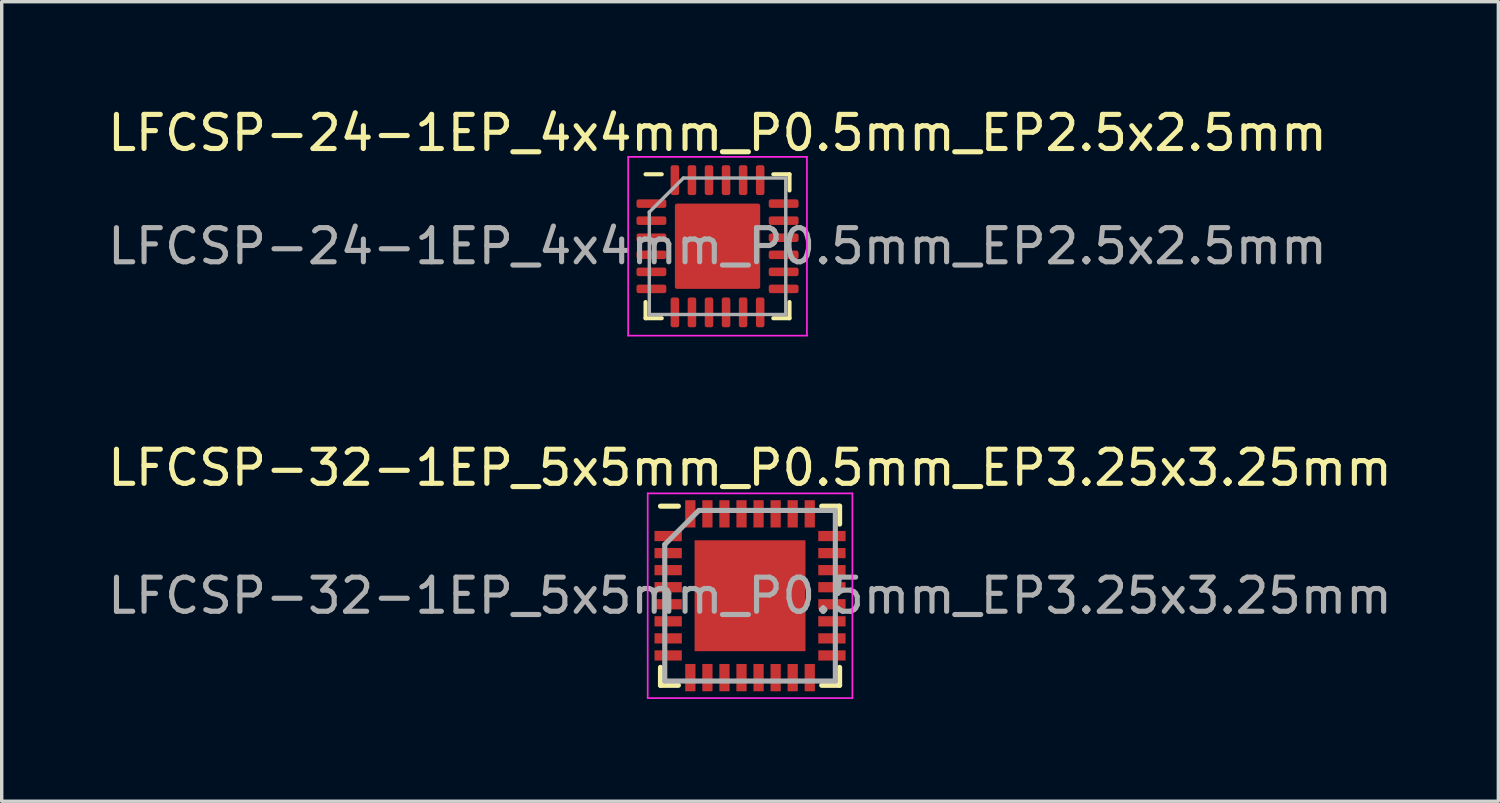
<source format=kicad_pcb>
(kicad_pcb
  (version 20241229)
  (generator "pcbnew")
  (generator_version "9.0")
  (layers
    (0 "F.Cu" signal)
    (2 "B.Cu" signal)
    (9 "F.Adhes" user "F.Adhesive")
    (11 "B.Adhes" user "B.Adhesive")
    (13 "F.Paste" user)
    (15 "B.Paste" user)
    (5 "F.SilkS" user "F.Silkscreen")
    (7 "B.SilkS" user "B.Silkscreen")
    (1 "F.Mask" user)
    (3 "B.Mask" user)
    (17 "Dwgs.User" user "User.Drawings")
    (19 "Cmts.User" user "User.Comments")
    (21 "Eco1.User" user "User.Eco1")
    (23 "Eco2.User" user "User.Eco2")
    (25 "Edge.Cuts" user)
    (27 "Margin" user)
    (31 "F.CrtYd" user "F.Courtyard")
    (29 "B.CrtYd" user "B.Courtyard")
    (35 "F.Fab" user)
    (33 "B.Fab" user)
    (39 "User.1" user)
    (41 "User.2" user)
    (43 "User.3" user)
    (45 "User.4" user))
  (footprint "LFCSP-32-1EP_5x5mm_P0.5mm_EP3.25x3.25mm"
    (layer "F.Cu")
    (at 18.935 14.412)
    (property "Reference" "LFCSP-32-1EP_5x5mm_P0.5mm_EP3.25x3.25mm" (at 0 -3.75 0) (layer "F.SilkS") (effects (font (size 1 1) (thickness 0.15))))
    (attr smd)
    (fp_line (start -2.625 -2.625) (end -2.1 -2.625) (stroke (width 0.15) (type solid)) (layer "F.SilkS"))
    (fp_line (start -2.625 2.625) (end -2.625 2.1) (stroke (width 0.15) (type solid)) (layer "F.SilkS"))
    (fp_line (start -2.625 2.625) (end -2.1 2.625) (stroke (width 0.15) (type solid)) (layer "F.SilkS"))
    (fp_line (start 2.625 -2.625) (end 2.1 -2.625) (stroke (width 0.15) (type solid)) (layer "F.SilkS"))
    (fp_line (start 2.625 -2.625) (end 2.625 -2.1) (stroke (width 0.15) (type solid)) (layer "F.SilkS"))
    (fp_line (start 2.625 2.625) (end 2.1 2.625) (stroke (width 0.15) (type solid)) (layer "F.SilkS"))
    (fp_line (start 2.625 2.625) (end 2.625 2.1) (stroke (width 0.15) (type solid)) (layer "F.SilkS"))
    (fp_line (start -3 -3) (end -3 3) (stroke (width 0.05) (type solid)) (layer "F.CrtYd"))
    (fp_line (start -3 -3) (end 3 -3) (stroke (width 0.05) (type solid)) (layer "F.CrtYd"))
    (fp_line (start -3 3) (end 3 3) (stroke (width 0.05) (type solid)) (layer "F.CrtYd"))
    (fp_line (start 3 -3) (end 3 3) (stroke (width 0.05) (type solid)) (layer "F.CrtYd"))
    (fp_line (start -2.5 -1.5) (end -1.5 -2.5) (stroke (width 0.15) (type solid)) (layer "F.Fab"))
    (fp_line (start -2.5 2.5) (end -2.5 -1.5) (stroke (width 0.15) (type solid)) (layer "F.Fab"))
    (fp_line (start -1.5 -2.5) (end 2.5 -2.5) (stroke (width 0.15) (type solid)) (layer "F.Fab"))
    (fp_line (start 2.5 -2.5) (end 2.5 2.5) (stroke (width 0.15) (type solid)) (layer "F.Fab"))
    (fp_line (start 2.5 2.5) (end -2.5 2.5) (stroke (width 0.15) (type solid)) (layer "F.Fab"))
    (fp_text user "${REFERENCE}" (at 0 0 0) (layer "F.Fab") (effects (font (size 1 1) (thickness 0.15))))
    (pad "" smd rect (at -0.8 -0.8) (size 1.3 1.3) (layers "F.Paste"))
    (pad "" smd rect (at -0.8 0.8) (size 1.3 1.3) (layers "F.Paste"))
    (pad "" smd rect (at 0.8 -0.8) (size 1.3 1.3) (layers "F.Paste"))
    (pad "" smd rect (at 0.8 0.8) (size 1.3 1.3) (layers "F.Paste"))
    (pad "1" smd rect (at -2.4 -1.75) (size 0.8 0.3) (layers "F.Cu" "F.Mask" "F.Paste"))
    (pad "2" smd rect (at -2.4 -1.25) (size 0.8 0.3) (layers "F.Cu" "F.Mask" "F.Paste"))
    (pad "3" smd rect (at -2.4 -0.75) (size 0.8 0.3) (layers "F.Cu" "F.Mask" "F.Paste"))
    (pad "4" smd rect (at -2.4 -0.25) (size 0.8 0.3) (layers "F.Cu" "F.Mask" "F.Paste"))
    (pad "5" smd rect (at -2.4 0.25) (size 0.8 0.3) (layers "F.Cu" "F.Mask" "F.Paste"))
    (pad "6" smd rect (at -2.4 0.75) (size 0.8 0.3) (layers "F.Cu" "F.Mask" "F.Paste"))
    (pad "7" smd rect (at -2.4 1.25) (size 0.8 0.3) (layers "F.Cu" "F.Mask" "F.Paste"))
    (pad "8" smd rect (at -2.4 1.75) (size 0.8 0.3) (layers "F.Cu" "F.Mask" "F.Paste"))
    (pad "9" smd rect (at -1.75 2.4 90) (size 0.8 0.3) (layers "F.Cu" "F.Mask" "F.Paste"))
    (pad "10" smd rect (at -1.25 2.4 90) (size 0.8 0.3) (layers "F.Cu" "F.Mask" "F.Paste"))
    (pad "11" smd rect (at -0.75 2.4 90) (size 0.8 0.3) (layers "F.Cu" "F.Mask" "F.Paste"))
    (pad "12" smd rect (at -0.25 2.4 90) (size 0.8 0.3) (layers "F.Cu" "F.Mask" "F.Paste"))
    (pad "13" smd rect (at 0.25 2.4 90) (size 0.8 0.3) (layers "F.Cu" "F.Mask" "F.Paste"))
    (pad "14" smd rect (at 0.75 2.4 90) (size 0.8 0.3) (layers "F.Cu" "F.Mask" "F.Paste"))
    (pad "15" smd rect (at 1.25 2.4 90) (size 0.8 0.3) (layers "F.Cu" "F.Mask" "F.Paste"))
    (pad "16" smd rect (at 1.75 2.4 90) (size 0.8 0.3) (layers "F.Cu" "F.Mask" "F.Paste"))
    (pad "17" smd rect (at 2.4 1.75) (size 0.8 0.3) (layers "F.Cu" "F.Mask" "F.Paste"))
    (pad "18" smd rect (at 2.4 1.25) (size 0.8 0.3) (layers "F.Cu" "F.Mask" "F.Paste"))
    (pad "19" smd rect (at 2.4 0.75) (size 0.8 0.3) (layers "F.Cu" "F.Mask" "F.Paste"))
    (pad "20" smd rect (at 2.4 0.25) (size 0.8 0.3) (layers "F.Cu" "F.Mask" "F.Paste"))
    (pad "21" smd rect (at 2.4 -0.25) (size 0.8 0.3) (layers "F.Cu" "F.Mask" "F.Paste"))
    (pad "22" smd rect (at 2.4 -0.75) (size 0.8 0.3) (layers "F.Cu" "F.Mask" "F.Paste"))
    (pad "23" smd rect (at 2.4 -1.25) (size 0.8 0.3) (layers "F.Cu" "F.Mask" "F.Paste"))
    (pad "24" smd rect (at 2.4 -1.75) (size 0.8 0.3) (layers "F.Cu" "F.Mask" "F.Paste"))
    (pad "25" smd rect (at 1.75 -2.4 90) (size 0.8 0.3) (layers "F.Cu" "F.Mask" "F.Paste"))
    (pad "26" smd rect (at 1.25 -2.4 90) (size 0.8 0.3) (layers "F.Cu" "F.Mask" "F.Paste"))
    (pad "27" smd rect (at 0.75 -2.4 90) (size 0.8 0.3) (layers "F.Cu" "F.Mask" "F.Paste"))
    (pad "28" smd rect (at 0.25 -2.4 90) (size 0.8 0.3) (layers "F.Cu" "F.Mask" "F.Paste"))
    (pad "29" smd rect (at -0.25 -2.4 90) (size 0.8 0.3) (layers "F.Cu" "F.Mask" "F.Paste"))
    (pad "30" smd rect (at -0.75 -2.4 90) (size 0.8 0.3) (layers "F.Cu" "F.Mask" "F.Paste"))
    (pad "31" smd rect (at -1.25 -2.4 90) (size 0.8 0.3) (layers "F.Cu" "F.Mask" "F.Paste"))
    (pad "32" smd rect (at -1.75 -2.4 90) (size 0.8 0.3) (layers "F.Cu" "F.Mask" "F.Paste"))
    (pad "33" smd rect (at 0 0) (size 3.25 3.25) (layers "F.Cu" "F.Mask")))
  (footprint "LFCSP-24-1EP_4x4mm_P0.5mm_EP2.5x2.5mm"
    (layer "F.Cu")
    (at 17.982 4.168)
    (property "Reference" "LFCSP-24-1EP_4x4mm_P0.5mm_EP2.5x2.5mm" (at 0 -3.32 0) (layer "F.SilkS") (effects (font (size 1 1) (thickness 0.15))))
    (attr smd)
    (fp_line (start -2.11 2.11) (end -2.11 1.635) (stroke (width 0.12) (type solid)) (layer "F.SilkS"))
    (fp_line (start -1.635 -2.11) (end -2.11 -2.11) (stroke (width 0.12) (type solid)) (layer "F.SilkS"))
    (fp_line (start -1.635 2.11) (end -2.11 2.11) (stroke (width 0.12) (type solid)) (layer "F.SilkS"))
    (fp_line (start 1.635 -2.11) (end 2.11 -2.11) (stroke (width 0.12) (type solid)) (layer "F.SilkS"))
    (fp_line (start 1.635 2.11) (end 2.11 2.11) (stroke (width 0.12) (type solid)) (layer "F.SilkS"))
    (fp_line (start 2.11 -2.11) (end 2.11 -1.635) (stroke (width 0.12) (type solid)) (layer "F.SilkS"))
    (fp_line (start 2.11 2.11) (end 2.11 1.635) (stroke (width 0.12) (type solid)) (layer "F.SilkS"))
    (fp_line (start -2.62 -2.62) (end -2.62 2.62) (stroke (width 0.05) (type solid)) (layer "F.CrtYd"))
    (fp_line (start -2.62 2.62) (end 2.62 2.62) (stroke (width 0.05) (type solid)) (layer "F.CrtYd"))
    (fp_line (start 2.62 -2.62) (end -2.62 -2.62) (stroke (width 0.05) (type solid)) (layer "F.CrtYd"))
    (fp_line (start 2.62 2.62) (end 2.62 -2.62) (stroke (width 0.05) (type solid)) (layer "F.CrtYd"))
    (fp_line (start -2 -1) (end -1 -2) (stroke (width 0.1) (type solid)) (layer "F.Fab"))
    (fp_line (start -2 2) (end -2 -1) (stroke (width 0.1) (type solid)) (layer "F.Fab"))
    (fp_line (start -1 -2) (end 2 -2) (stroke (width 0.1) (type solid)) (layer "F.Fab"))
    (fp_line (start 2 -2) (end 2 2) (stroke (width 0.1) (type solid)) (layer "F.Fab"))
    (fp_line (start 2 2) (end -2 2) (stroke (width 0.1) (type solid)) (layer "F.Fab"))
    (fp_text user "${REFERENCE}" (at 0 0 0) (layer "F.Fab") (effects (font (size 1 1) (thickness 0.15))))
    (pad "" smd roundrect (at -0.625 -0.625) (size 1.01 1.01) (layers "F.Paste") (roundrect_rratio 0.248))
    (pad "" smd roundrect (at -0.625 0.625) (size 1.01 1.01) (layers "F.Paste") (roundrect_rratio 0.248))
    (pad "" smd roundrect (at 0.625 -0.625) (size 1.01 1.01) (layers "F.Paste") (roundrect_rratio 0.248))
    (pad "" smd roundrect (at 0.625 0.625) (size 1.01 1.01) (layers "F.Paste") (roundrect_rratio 0.248))
    (pad "1" smd roundrect (at -1.938 -1.25) (size 0.875 0.25) (layers "F.Cu" "F.Mask" "F.Paste") (roundrect_rratio 0.25))
    (pad "2" smd roundrect (at -1.938 -0.75) (size 0.875 0.25) (layers "F.Cu" "F.Mask" "F.Paste") (roundrect_rratio 0.25))
    (pad "3" smd roundrect (at -1.938 -0.25) (size 0.875 0.25) (layers "F.Cu" "F.Mask" "F.Paste") (roundrect_rratio 0.25))
    (pad "4" smd roundrect (at -1.938 0.25) (size 0.875 0.25) (layers "F.Cu" "F.Mask" "F.Paste") (roundrect_rratio 0.25))
    (pad "5" smd roundrect (at -1.938 0.75) (size 0.875 0.25) (layers "F.Cu" "F.Mask" "F.Paste") (roundrect_rratio 0.25))
    (pad "6" smd roundrect (at -1.938 1.25) (size 0.875 0.25) (layers "F.Cu" "F.Mask" "F.Paste") (roundrect_rratio 0.25))
    (pad "7" smd roundrect (at -1.25 1.938) (size 0.25 0.875) (layers "F.Cu" "F.Mask" "F.Paste") (roundrect_rratio 0.25))
    (pad "8" smd roundrect (at -0.75 1.938) (size 0.25 0.875) (layers "F.Cu" "F.Mask" "F.Paste") (roundrect_rratio 0.25))
    (pad "9" smd roundrect (at -0.25 1.938) (size 0.25 0.875) (layers "F.Cu" "F.Mask" "F.Paste") (roundrect_rratio 0.25))
    (pad "10" smd roundrect (at 0.25 1.938) (size 0.25 0.875) (layers "F.Cu" "F.Mask" "F.Paste") (roundrect_rratio 0.25))
    (pad "11" smd roundrect (at 0.75 1.938) (size 0.25 0.875) (layers "F.Cu" "F.Mask" "F.Paste") (roundrect_rratio 0.25))
    (pad "12" smd roundrect (at 1.25 1.938) (size 0.25 0.875) (layers "F.Cu" "F.Mask" "F.Paste") (roundrect_rratio 0.25))
    (pad "13" smd roundrect (at 1.938 1.25) (size 0.875 0.25) (layers "F.Cu" "F.Mask" "F.Paste") (roundrect_rratio 0.25))
    (pad "14" smd roundrect (at 1.938 0.75) (size 0.875 0.25) (layers "F.Cu" "F.Mask" "F.Paste") (roundrect_rratio 0.25))
    (pad "15" smd roundrect (at 1.938 0.25) (size 0.875 0.25) (layers "F.Cu" "F.Mask" "F.Paste") (roundrect_rratio 0.25))
    (pad "16" smd roundrect (at 1.938 -0.25) (size 0.875 0.25) (layers "F.Cu" "F.Mask" "F.Paste") (roundrect_rratio 0.25))
    (pad "17" smd roundrect (at 1.938 -0.75) (size 0.875 0.25) (layers "F.Cu" "F.Mask" "F.Paste") (roundrect_rratio 0.25))
    (pad "18" smd roundrect (at 1.938 -1.25) (size 0.875 0.25) (layers "F.Cu" "F.Mask" "F.Paste") (roundrect_rratio 0.25))
    (pad "19" smd roundrect (at 1.25 -1.938) (size 0.25 0.875) (layers "F.Cu" "F.Mask" "F.Paste") (roundrect_rratio 0.25))
    (pad "20" smd roundrect (at 0.75 -1.938) (size 0.25 0.875) (layers "F.Cu" "F.Mask" "F.Paste") (roundrect_rratio 0.25))
    (pad "21" smd roundrect (at 0.25 -1.938) (size 0.25 0.875) (layers "F.Cu" "F.Mask" "F.Paste") (roundrect_rratio 0.25))
    (pad "22" smd roundrect (at -0.25 -1.938) (size 0.25 0.875) (layers "F.Cu" "F.Mask" "F.Paste") (roundrect_rratio 0.25))
    (pad "23" smd roundrect (at -0.75 -1.938) (size 0.25 0.875) (layers "F.Cu" "F.Mask" "F.Paste") (roundrect_rratio 0.25))
    (pad "24" smd roundrect (at -1.25 -1.938) (size 0.25 0.875) (layers "F.Cu" "F.Mask" "F.Paste") (roundrect_rratio 0.25))
    (pad "25" smd roundrect (at 0 0) (size 2.5 2.5) (layers "F.Cu" "F.Mask") (roundrect_rratio 0.025)))
  (gr_rect
    (start -3 -3)
    (end 40.869 20.436)
    (stroke (width 0.1) (type default))
    (fill no)
    (layer "Edge.Cuts")))
</source>
